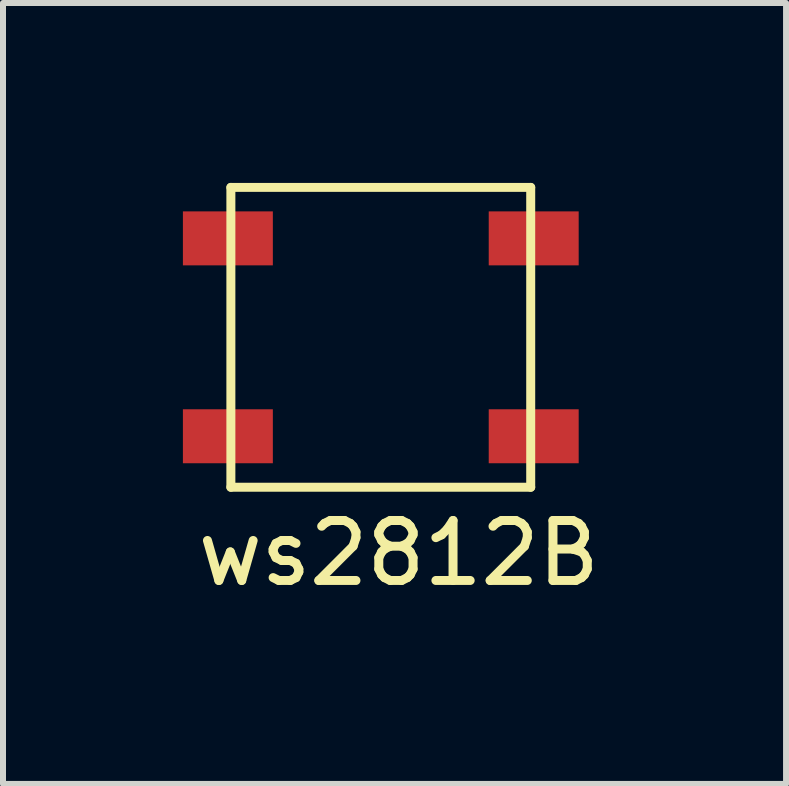
<source format=kicad_pcb>
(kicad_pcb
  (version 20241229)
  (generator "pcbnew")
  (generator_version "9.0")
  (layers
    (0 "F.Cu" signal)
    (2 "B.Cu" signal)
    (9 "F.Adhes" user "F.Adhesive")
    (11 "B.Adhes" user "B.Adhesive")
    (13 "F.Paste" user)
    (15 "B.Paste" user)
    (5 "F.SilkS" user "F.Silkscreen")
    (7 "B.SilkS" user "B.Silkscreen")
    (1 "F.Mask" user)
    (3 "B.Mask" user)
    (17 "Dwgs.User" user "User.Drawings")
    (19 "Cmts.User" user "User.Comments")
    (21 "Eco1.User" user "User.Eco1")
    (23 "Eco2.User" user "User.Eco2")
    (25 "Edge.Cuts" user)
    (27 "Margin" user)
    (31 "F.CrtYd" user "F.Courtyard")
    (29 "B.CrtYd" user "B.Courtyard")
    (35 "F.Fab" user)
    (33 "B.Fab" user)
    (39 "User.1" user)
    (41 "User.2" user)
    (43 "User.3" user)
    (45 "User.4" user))
  (footprint "ws2812B"
    (layer "F.Cu")
    (at 3.3 2.575)
    (property "Reference" "ws2812B" (at 0.3 3.6 0) (layer "F.SilkS") (effects (font (size 1 1) (thickness 0.15))))
    (attr through_hole)
    (fp_line (start -2.5 -2.5) (end 2.5 -2.5) (stroke (width 0.15) (type solid)) (layer "F.SilkS"))
    (fp_line (start -2.5 2.5) (end -2.5 -2.5) (stroke (width 0.15) (type solid)) (layer "F.SilkS"))
    (fp_line (start 2.5 -2.5) (end 2.5 2.5) (stroke (width 0.15) (type solid)) (layer "F.SilkS"))
    (fp_line (start 2.5 2.5) (end -2.5 2.5) (stroke (width 0.15) (type solid)) (layer "F.SilkS"))
    (pad "1" smd rect (at -2.55 -1.65) (size 1.5 0.9) (layers "F.Cu" "F.Mask" "F.Paste"))
    (pad "6" smd rect (at -2.55 1.65) (size 1.5 0.9) (layers "F.Cu" "F.Mask" "F.Paste"))
    (pad "7" smd rect (at 2.55 1.65) (size 1.5 0.9) (layers "F.Cu" "F.Mask" "F.Paste"))
    (pad "8" smd rect (at 2.55 -1.65) (size 1.5 0.9) (layers "F.Cu" "F.Mask" "F.Paste")))
  (gr_rect
    (start -3 -3)
    (end 10.058 10.023)
    (stroke (width 0.1) (type default))
    (fill no)
    (layer "Edge.Cuts")))
</source>
